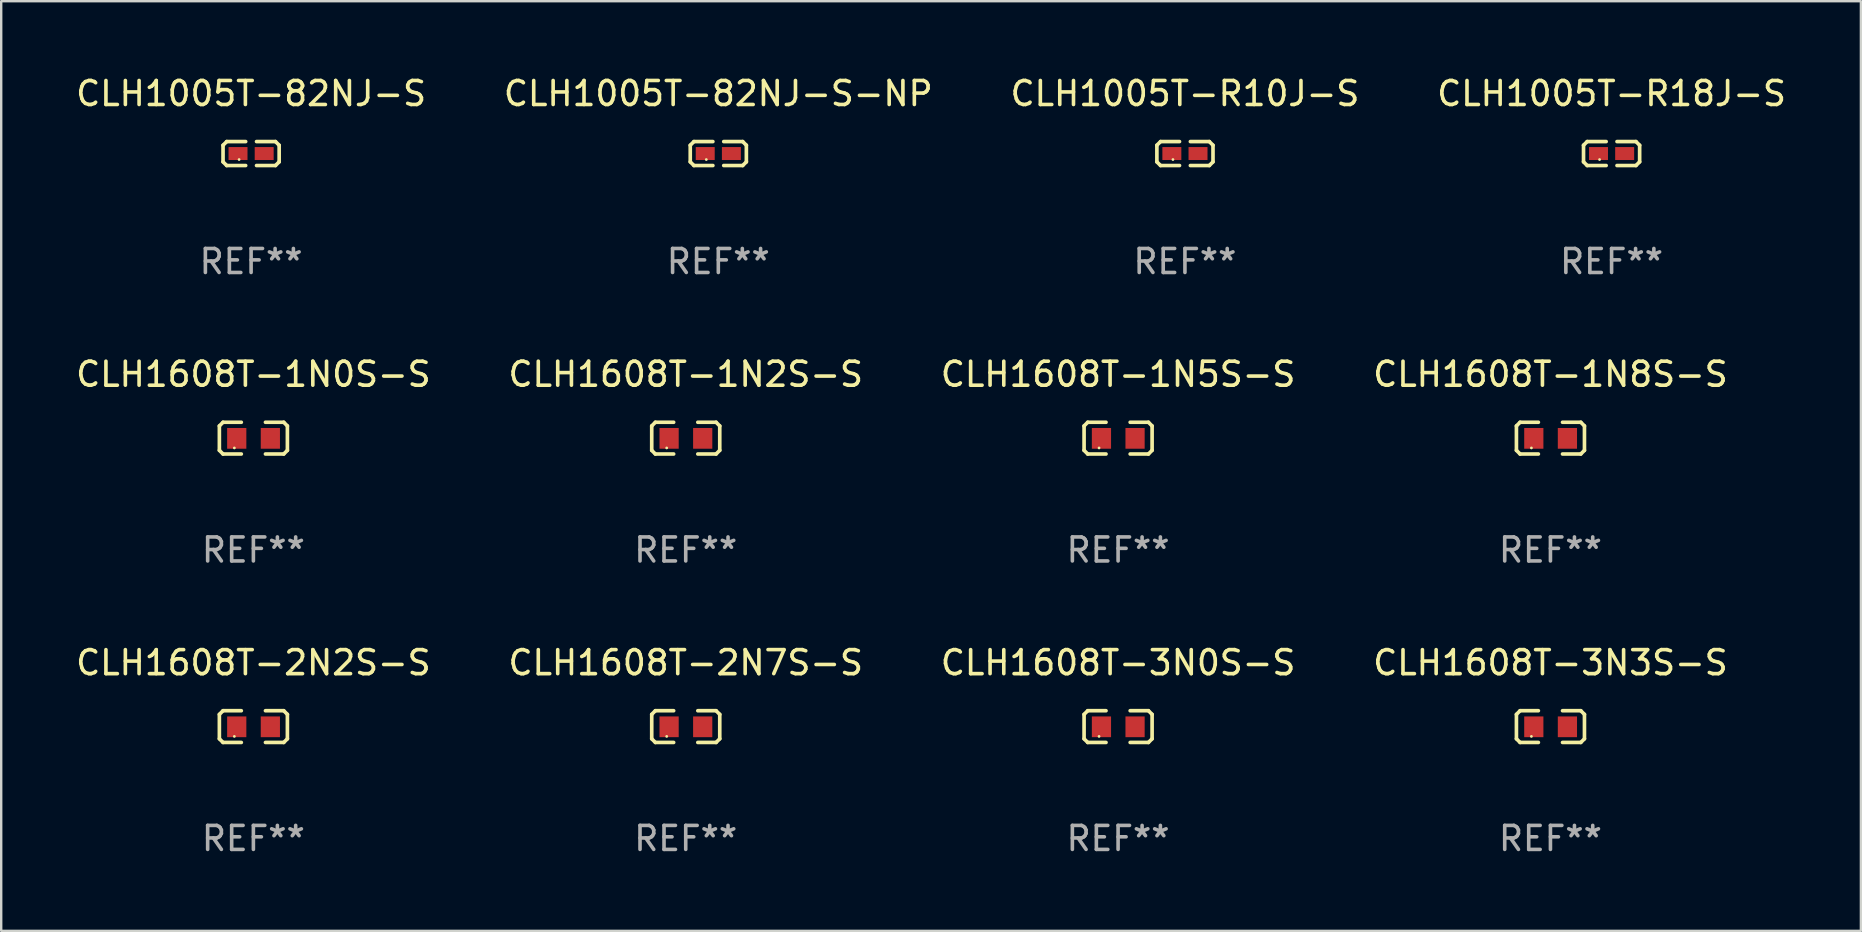
<source format=kicad_pcb>
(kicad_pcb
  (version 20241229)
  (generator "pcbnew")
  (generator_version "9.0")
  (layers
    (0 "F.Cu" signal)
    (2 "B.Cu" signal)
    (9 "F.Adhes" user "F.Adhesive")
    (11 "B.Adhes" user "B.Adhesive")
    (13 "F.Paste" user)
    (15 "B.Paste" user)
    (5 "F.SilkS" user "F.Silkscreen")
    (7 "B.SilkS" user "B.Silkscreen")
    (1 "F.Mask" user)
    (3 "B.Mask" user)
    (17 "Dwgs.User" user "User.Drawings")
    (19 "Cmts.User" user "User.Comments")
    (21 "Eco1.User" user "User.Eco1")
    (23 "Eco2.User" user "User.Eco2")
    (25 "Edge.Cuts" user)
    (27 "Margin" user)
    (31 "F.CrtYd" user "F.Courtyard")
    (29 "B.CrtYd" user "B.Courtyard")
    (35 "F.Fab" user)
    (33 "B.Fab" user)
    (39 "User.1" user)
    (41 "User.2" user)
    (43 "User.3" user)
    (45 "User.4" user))
  (footprint "CLH1608T-2N7S-S"
    (layer "F.Cu")
    (at 25.518 27.22)
    (property "Reference" "CLH1608T-2N7S-S" (at 0 -2.661 0) (layer "F.SilkS") (effects (font (size 1 1) (thickness 0.15))))
    (attr through_hole)
    (fp_line (start -1.417 -0.508) (end -1.265 -0.661) (stroke (width 0.152) (type solid)) (layer "F.SilkS"))
    (fp_line (start -1.417 0.508) (end -1.417 -0.508) (stroke (width 0.152) (type solid)) (layer "F.SilkS"))
    (fp_line (start -1.265 -0.661) (end -0.503 -0.661) (stroke (width 0.152) (type solid)) (layer "F.SilkS"))
    (fp_line (start -1.265 0.661) (end -1.417 0.508) (stroke (width 0.152) (type solid)) (layer "F.SilkS"))
    (fp_line (start -1.265 0.661) (end -0.503 0.661) (stroke (width 0.152) (type solid)) (layer "F.SilkS"))
    (fp_line (start 1.265 -0.661) (end 0.503 -0.661) (stroke (width 0.152) (type solid)) (layer "F.SilkS"))
    (fp_line (start 1.265 -0.661) (end 1.417 -0.508) (stroke (width 0.152) (type solid)) (layer "F.SilkS"))
    (fp_line (start 1.265 0.661) (end 0.503 0.661) (stroke (width 0.152) (type solid)) (layer "F.SilkS"))
    (fp_line (start 1.417 -0.508) (end 1.417 0.508) (stroke (width 0.152) (type solid)) (layer "F.SilkS"))
    (fp_line (start 1.417 0.508) (end 1.265 0.661) (stroke (width 0.152) (type solid)) (layer "F.SilkS"))
    (fp_circle (center -0.793 0.409) (end -0.763 0.409) (stroke (width 0.06) (type solid)) (fill no) (layer "F.SilkS"))
    (fp_text user "REF**" (at 0 4.661 0) (layer "F.Fab") (effects (font (size 1 1) (thickness 0.15))))
    (pad "1" smd rect (at -0.693 0.009 180) (size 0.8 0.864) (layers "F.Cu" "F.Mask" "F.Paste"))
    (pad "2" smd rect (at 0.707 0.009 180) (size 0.8 0.864) (layers "F.Cu" "F.Mask" "F.Paste")))
  (footprint "CLH1608T-3N3S-S"
    (layer "F.Cu")
    (at 61.542 27.22)
    (property "Reference" "CLH1608T-3N3S-S" (at 0 -2.661 0) (layer "F.SilkS") (effects (font (size 1 1) (thickness 0.15))))
    (attr through_hole)
    (fp_line (start -1.417 -0.508) (end -1.265 -0.661) (stroke (width 0.152) (type solid)) (layer "F.SilkS"))
    (fp_line (start -1.417 0.508) (end -1.417 -0.508) (stroke (width 0.152) (type solid)) (layer "F.SilkS"))
    (fp_line (start -1.265 -0.661) (end -0.503 -0.661) (stroke (width 0.152) (type solid)) (layer "F.SilkS"))
    (fp_line (start -1.265 0.661) (end -1.417 0.508) (stroke (width 0.152) (type solid)) (layer "F.SilkS"))
    (fp_line (start -1.265 0.661) (end -0.503 0.661) (stroke (width 0.152) (type solid)) (layer "F.SilkS"))
    (fp_line (start 1.265 -0.661) (end 0.503 -0.661) (stroke (width 0.152) (type solid)) (layer "F.SilkS"))
    (fp_line (start 1.265 -0.661) (end 1.417 -0.508) (stroke (width 0.152) (type solid)) (layer "F.SilkS"))
    (fp_line (start 1.265 0.661) (end 0.503 0.661) (stroke (width 0.152) (type solid)) (layer "F.SilkS"))
    (fp_line (start 1.417 -0.508) (end 1.417 0.508) (stroke (width 0.152) (type solid)) (layer "F.SilkS"))
    (fp_line (start 1.417 0.508) (end 1.265 0.661) (stroke (width 0.152) (type solid)) (layer "F.SilkS"))
    (fp_circle (center -0.793 0.409) (end -0.763 0.409) (stroke (width 0.06) (type solid)) (fill no) (layer "F.SilkS"))
    (fp_text user "REF**" (at 0 4.661 0) (layer "F.Fab") (effects (font (size 1 1) (thickness 0.15))))
    (pad "1" smd rect (at -0.693 0.009 180) (size 0.8 0.864) (layers "F.Cu" "F.Mask" "F.Paste"))
    (pad "2" smd rect (at 0.707 0.009 180) (size 0.8 0.864) (layers "F.Cu" "F.Mask" "F.Paste")))
  (footprint "CLH1005T-82NJ-S-NP"
    (layer "F.Cu")
    (at 26.875 3.347)
    (property "Reference" "CLH1005T-82NJ-S-NP" (at 0 -2.499 0) (layer "F.SilkS") (effects (font (size 1 1) (thickness 0.15))))
    (attr through_hole)
    (fp_line (start -1.169 -0.346) (end -1.016 -0.499) (stroke (width 0.152) (type solid)) (layer "F.SilkS"))
    (fp_line (start -1.169 0.346) (end -1.169 -0.346) (stroke (width 0.152) (type solid)) (layer "F.SilkS"))
    (fp_line (start -1.016 -0.499) (end -0.226 -0.499) (stroke (width 0.152) (type solid)) (layer "F.SilkS"))
    (fp_line (start -1.016 0.499) (end -1.169 0.346) (stroke (width 0.152) (type solid)) (layer "F.SilkS"))
    (fp_line (start -0.226 0.499) (end -1.016 0.499) (stroke (width 0.152) (type solid)) (layer "F.SilkS"))
    (fp_line (start 0.226 0.499) (end 1.016 0.499) (stroke (width 0.152) (type solid)) (layer "F.SilkS"))
    (fp_line (start 1.016 -0.499) (end 0.226 -0.499) (stroke (width 0.152) (type solid)) (layer "F.SilkS"))
    (fp_line (start 1.016 0.499) (end 1.169 0.346) (stroke (width 0.152) (type solid)) (layer "F.SilkS"))
    (fp_line (start 1.169 -0.346) (end 1.016 -0.499) (stroke (width 0.152) (type solid)) (layer "F.SilkS"))
    (fp_line (start 1.169 0.346) (end 1.169 -0.346) (stroke (width 0.152) (type solid)) (layer "F.SilkS"))
    (fp_circle (center -0.5 0.25) (end -0.47 0.25) (stroke (width 0.06) (type solid)) (fill no) (layer "F.SilkS"))
    (fp_text user "REF**" (at 0 4.499 0) (layer "F.Fab") (effects (font (size 1 1) (thickness 0.15))))
    (pad "1" smd rect (at -0.545 0) (size 0.79 0.54) (layers "F.Cu" "F.Mask" "F.Paste"))
    (pad "2" smd rect (at 0.545 0) (size 0.79 0.54) (layers "F.Cu" "F.Mask" "F.Paste")))
  (footprint "CLH1608T-1N0S-S"
    (layer "F.Cu")
    (at 7.506 15.203)
    (property "Reference" "CLH1608T-1N0S-S" (at 0 -2.661 0) (layer "F.SilkS") (effects (font (size 1 1) (thickness 0.15))))
    (attr through_hole)
    (fp_line (start -1.417 -0.508) (end -1.265 -0.661) (stroke (width 0.152) (type solid)) (layer "F.SilkS"))
    (fp_line (start -1.417 0.508) (end -1.417 -0.508) (stroke (width 0.152) (type solid)) (layer "F.SilkS"))
    (fp_line (start -1.265 -0.661) (end -0.503 -0.661) (stroke (width 0.152) (type solid)) (layer "F.SilkS"))
    (fp_line (start -1.265 0.661) (end -1.417 0.508) (stroke (width 0.152) (type solid)) (layer "F.SilkS"))
    (fp_line (start -1.265 0.661) (end -0.503 0.661) (stroke (width 0.152) (type solid)) (layer "F.SilkS"))
    (fp_line (start 1.265 -0.661) (end 0.503 -0.661) (stroke (width 0.152) (type solid)) (layer "F.SilkS"))
    (fp_line (start 1.265 -0.661) (end 1.417 -0.508) (stroke (width 0.152) (type solid)) (layer "F.SilkS"))
    (fp_line (start 1.265 0.661) (end 0.503 0.661) (stroke (width 0.152) (type solid)) (layer "F.SilkS"))
    (fp_line (start 1.417 -0.508) (end 1.417 0.508) (stroke (width 0.152) (type solid)) (layer "F.SilkS"))
    (fp_line (start 1.417 0.508) (end 1.265 0.661) (stroke (width 0.152) (type solid)) (layer "F.SilkS"))
    (fp_circle (center -0.793 0.409) (end -0.763 0.409) (stroke (width 0.06) (type solid)) (fill no) (layer "F.SilkS"))
    (fp_text user "REF**" (at 0 4.661 0) (layer "F.Fab") (effects (font (size 1 1) (thickness 0.15))))
    (pad "1" smd rect (at -0.693 0.009 180) (size 0.8 0.864) (layers "F.Cu" "F.Mask" "F.Paste"))
    (pad "2" smd rect (at 0.707 0.009 180) (size 0.8 0.864) (layers "F.Cu" "F.Mask" "F.Paste")))
  (footprint "CLH1608T-1N2S-S"
    (layer "F.Cu")
    (at 25.518 15.203)
    (property "Reference" "CLH1608T-1N2S-S" (at 0 -2.661 0) (layer "F.SilkS") (effects (font (size 1 1) (thickness 0.15))))
    (attr through_hole)
    (fp_line (start -1.417 -0.508) (end -1.265 -0.661) (stroke (width 0.152) (type solid)) (layer "F.SilkS"))
    (fp_line (start -1.417 0.508) (end -1.417 -0.508) (stroke (width 0.152) (type solid)) (layer "F.SilkS"))
    (fp_line (start -1.265 -0.661) (end -0.503 -0.661) (stroke (width 0.152) (type solid)) (layer "F.SilkS"))
    (fp_line (start -1.265 0.661) (end -1.417 0.508) (stroke (width 0.152) (type solid)) (layer "F.SilkS"))
    (fp_line (start -1.265 0.661) (end -0.503 0.661) (stroke (width 0.152) (type solid)) (layer "F.SilkS"))
    (fp_line (start 1.265 -0.661) (end 0.503 -0.661) (stroke (width 0.152) (type solid)) (layer "F.SilkS"))
    (fp_line (start 1.265 -0.661) (end 1.417 -0.508) (stroke (width 0.152) (type solid)) (layer "F.SilkS"))
    (fp_line (start 1.265 0.661) (end 0.503 0.661) (stroke (width 0.152) (type solid)) (layer "F.SilkS"))
    (fp_line (start 1.417 -0.508) (end 1.417 0.508) (stroke (width 0.152) (type solid)) (layer "F.SilkS"))
    (fp_line (start 1.417 0.508) (end 1.265 0.661) (stroke (width 0.152) (type solid)) (layer "F.SilkS"))
    (fp_circle (center -0.793 0.409) (end -0.763 0.409) (stroke (width 0.06) (type solid)) (fill no) (layer "F.SilkS"))
    (fp_text user "REF**" (at 0 4.661 0) (layer "F.Fab") (effects (font (size 1 1) (thickness 0.15))))
    (pad "1" smd rect (at -0.693 0.009 180) (size 0.8 0.864) (layers "F.Cu" "F.Mask" "F.Paste"))
    (pad "2" smd rect (at 0.707 0.009 180) (size 0.8 0.864) (layers "F.Cu" "F.Mask" "F.Paste")))
  (footprint "CLH1005T-82NJ-S"
    (layer "F.Cu")
    (at 7.411 3.347)
    (property "Reference" "CLH1005T-82NJ-S" (at 0 -2.499 0) (layer "F.SilkS") (effects (font (size 1 1) (thickness 0.15))))
    (attr through_hole)
    (fp_line (start -1.169 -0.346) (end -1.016 -0.499) (stroke (width 0.152) (type solid)) (layer "F.SilkS"))
    (fp_line (start -1.169 0.346) (end -1.169 -0.346) (stroke (width 0.152) (type solid)) (layer "F.SilkS"))
    (fp_line (start -1.016 -0.499) (end -0.226 -0.499) (stroke (width 0.152) (type solid)) (layer "F.SilkS"))
    (fp_line (start -1.016 0.499) (end -1.169 0.346) (stroke (width 0.152) (type solid)) (layer "F.SilkS"))
    (fp_line (start -0.226 0.499) (end -1.016 0.499) (stroke (width 0.152) (type solid)) (layer "F.SilkS"))
    (fp_line (start 0.226 0.499) (end 1.016 0.499) (stroke (width 0.152) (type solid)) (layer "F.SilkS"))
    (fp_line (start 1.016 -0.499) (end 0.226 -0.499) (stroke (width 0.152) (type solid)) (layer "F.SilkS"))
    (fp_line (start 1.016 0.499) (end 1.169 0.346) (stroke (width 0.152) (type solid)) (layer "F.SilkS"))
    (fp_line (start 1.169 -0.346) (end 1.016 -0.499) (stroke (width 0.152) (type solid)) (layer "F.SilkS"))
    (fp_line (start 1.169 0.346) (end 1.169 -0.346) (stroke (width 0.152) (type solid)) (layer "F.SilkS"))
    (fp_circle (center -0.5 0.25) (end -0.47 0.25) (stroke (width 0.06) (type solid)) (fill no) (layer "F.SilkS"))
    (fp_text user "REF**" (at 0 4.499 0) (layer "F.Fab") (effects (font (size 1 1) (thickness 0.15))))
    (pad "1" smd rect (at -0.545 0) (size 0.79 0.54) (layers "F.Cu" "F.Mask" "F.Paste"))
    (pad "2" smd rect (at 0.545 0) (size 0.79 0.54) (layers "F.Cu" "F.Mask" "F.Paste")))
  (footprint "CLH1608T-2N2S-S"
    (layer "F.Cu")
    (at 7.506 27.22)
    (property "Reference" "CLH1608T-2N2S-S" (at 0 -2.661 0) (layer "F.SilkS") (effects (font (size 1 1) (thickness 0.15))))
    (attr through_hole)
    (fp_line (start -1.417 -0.508) (end -1.265 -0.661) (stroke (width 0.152) (type solid)) (layer "F.SilkS"))
    (fp_line (start -1.417 0.508) (end -1.417 -0.508) (stroke (width 0.152) (type solid)) (layer "F.SilkS"))
    (fp_line (start -1.265 -0.661) (end -0.503 -0.661) (stroke (width 0.152) (type solid)) (layer "F.SilkS"))
    (fp_line (start -1.265 0.661) (end -1.417 0.508) (stroke (width 0.152) (type solid)) (layer "F.SilkS"))
    (fp_line (start -1.265 0.661) (end -0.503 0.661) (stroke (width 0.152) (type solid)) (layer "F.SilkS"))
    (fp_line (start 1.265 -0.661) (end 0.503 -0.661) (stroke (width 0.152) (type solid)) (layer "F.SilkS"))
    (fp_line (start 1.265 -0.661) (end 1.417 -0.508) (stroke (width 0.152) (type solid)) (layer "F.SilkS"))
    (fp_line (start 1.265 0.661) (end 0.503 0.661) (stroke (width 0.152) (type solid)) (layer "F.SilkS"))
    (fp_line (start 1.417 -0.508) (end 1.417 0.508) (stroke (width 0.152) (type solid)) (layer "F.SilkS"))
    (fp_line (start 1.417 0.508) (end 1.265 0.661) (stroke (width 0.152) (type solid)) (layer "F.SilkS"))
    (fp_circle (center -0.793 0.409) (end -0.763 0.409) (stroke (width 0.06) (type solid)) (fill no) (layer "F.SilkS"))
    (fp_text user "REF**" (at 0 4.661 0) (layer "F.Fab") (effects (font (size 1 1) (thickness 0.15))))
    (pad "1" smd rect (at -0.693 0.009 180) (size 0.8 0.864) (layers "F.Cu" "F.Mask" "F.Paste"))
    (pad "2" smd rect (at 0.707 0.009 180) (size 0.8 0.864) (layers "F.Cu" "F.Mask" "F.Paste")))
  (footprint "CLH1005T-R10J-S"
    (layer "F.Cu")
    (at 46.315 3.347)
    (property "Reference" "CLH1005T-R10J-S" (at 0 -2.499 0) (layer "F.SilkS") (effects (font (size 1 1) (thickness 0.15))))
    (attr through_hole)
    (fp_line (start -1.169 -0.346) (end -1.016 -0.499) (stroke (width 0.152) (type solid)) (layer "F.SilkS"))
    (fp_line (start -1.169 0.346) (end -1.169 -0.346) (stroke (width 0.152) (type solid)) (layer "F.SilkS"))
    (fp_line (start -1.016 -0.499) (end -0.226 -0.499) (stroke (width 0.152) (type solid)) (layer "F.SilkS"))
    (fp_line (start -1.016 0.499) (end -1.169 0.346) (stroke (width 0.152) (type solid)) (layer "F.SilkS"))
    (fp_line (start -0.226 0.499) (end -1.016 0.499) (stroke (width 0.152) (type solid)) (layer "F.SilkS"))
    (fp_line (start 0.226 0.499) (end 1.016 0.499) (stroke (width 0.152) (type solid)) (layer "F.SilkS"))
    (fp_line (start 1.016 -0.499) (end 0.226 -0.499) (stroke (width 0.152) (type solid)) (layer "F.SilkS"))
    (fp_line (start 1.016 0.499) (end 1.169 0.346) (stroke (width 0.152) (type solid)) (layer "F.SilkS"))
    (fp_line (start 1.169 -0.346) (end 1.016 -0.499) (stroke (width 0.152) (type solid)) (layer "F.SilkS"))
    (fp_line (start 1.169 0.346) (end 1.169 -0.346) (stroke (width 0.152) (type solid)) (layer "F.SilkS"))
    (fp_circle (center -0.5 0.25) (end -0.47 0.25) (stroke (width 0.06) (type solid)) (fill no) (layer "F.SilkS"))
    (fp_text user "REF**" (at 0 4.499 0) (layer "F.Fab") (effects (font (size 1 1) (thickness 0.15))))
    (pad "1" smd rect (at -0.545 0) (size 0.79 0.54) (layers "F.Cu" "F.Mask" "F.Paste"))
    (pad "2" smd rect (at 0.545 0) (size 0.79 0.54) (layers "F.Cu" "F.Mask" "F.Paste")))
  (footprint "CLH1608T-3N0S-S"
    (layer "F.Cu")
    (at 43.53 27.22)
    (property "Reference" "CLH1608T-3N0S-S" (at 0 -2.661 0) (layer "F.SilkS") (effects (font (size 1 1) (thickness 0.15))))
    (attr through_hole)
    (fp_line (start -1.417 -0.508) (end -1.265 -0.661) (stroke (width 0.152) (type solid)) (layer "F.SilkS"))
    (fp_line (start -1.417 0.508) (end -1.417 -0.508) (stroke (width 0.152) (type solid)) (layer "F.SilkS"))
    (fp_line (start -1.265 -0.661) (end -0.503 -0.661) (stroke (width 0.152) (type solid)) (layer "F.SilkS"))
    (fp_line (start -1.265 0.661) (end -1.417 0.508) (stroke (width 0.152) (type solid)) (layer "F.SilkS"))
    (fp_line (start -1.265 0.661) (end -0.503 0.661) (stroke (width 0.152) (type solid)) (layer "F.SilkS"))
    (fp_line (start 1.265 -0.661) (end 0.503 -0.661) (stroke (width 0.152) (type solid)) (layer "F.SilkS"))
    (fp_line (start 1.265 -0.661) (end 1.417 -0.508) (stroke (width 0.152) (type solid)) (layer "F.SilkS"))
    (fp_line (start 1.265 0.661) (end 0.503 0.661) (stroke (width 0.152) (type solid)) (layer "F.SilkS"))
    (fp_line (start 1.417 -0.508) (end 1.417 0.508) (stroke (width 0.152) (type solid)) (layer "F.SilkS"))
    (fp_line (start 1.417 0.508) (end 1.265 0.661) (stroke (width 0.152) (type solid)) (layer "F.SilkS"))
    (fp_circle (center -0.793 0.409) (end -0.763 0.409) (stroke (width 0.06) (type solid)) (fill no) (layer "F.SilkS"))
    (fp_text user "REF**" (at 0 4.661 0) (layer "F.Fab") (effects (font (size 1 1) (thickness 0.15))))
    (pad "1" smd rect (at -0.693 0.009 180) (size 0.8 0.864) (layers "F.Cu" "F.Mask" "F.Paste"))
    (pad "2" smd rect (at 0.707 0.009 180) (size 0.8 0.864) (layers "F.Cu" "F.Mask" "F.Paste")))
  (footprint "CLH1608T-1N5S-S"
    (layer "F.Cu")
    (at 43.53 15.203)
    (property "Reference" "CLH1608T-1N5S-S" (at 0 -2.661 0) (layer "F.SilkS") (effects (font (size 1 1) (thickness 0.15))))
    (attr through_hole)
    (fp_line (start -1.417 -0.508) (end -1.265 -0.661) (stroke (width 0.152) (type solid)) (layer "F.SilkS"))
    (fp_line (start -1.417 0.508) (end -1.417 -0.508) (stroke (width 0.152) (type solid)) (layer "F.SilkS"))
    (fp_line (start -1.265 -0.661) (end -0.503 -0.661) (stroke (width 0.152) (type solid)) (layer "F.SilkS"))
    (fp_line (start -1.265 0.661) (end -1.417 0.508) (stroke (width 0.152) (type solid)) (layer "F.SilkS"))
    (fp_line (start -1.265 0.661) (end -0.503 0.661) (stroke (width 0.152) (type solid)) (layer "F.SilkS"))
    (fp_line (start 1.265 -0.661) (end 0.503 -0.661) (stroke (width 0.152) (type solid)) (layer "F.SilkS"))
    (fp_line (start 1.265 -0.661) (end 1.417 -0.508) (stroke (width 0.152) (type solid)) (layer "F.SilkS"))
    (fp_line (start 1.265 0.661) (end 0.503 0.661) (stroke (width 0.152) (type solid)) (layer "F.SilkS"))
    (fp_line (start 1.417 -0.508) (end 1.417 0.508) (stroke (width 0.152) (type solid)) (layer "F.SilkS"))
    (fp_line (start 1.417 0.508) (end 1.265 0.661) (stroke (width 0.152) (type solid)) (layer "F.SilkS"))
    (fp_circle (center -0.793 0.409) (end -0.763 0.409) (stroke (width 0.06) (type solid)) (fill no) (layer "F.SilkS"))
    (fp_text user "REF**" (at 0 4.661 0) (layer "F.Fab") (effects (font (size 1 1) (thickness 0.15))))
    (pad "1" smd rect (at -0.693 0.009 180) (size 0.8 0.864) (layers "F.Cu" "F.Mask" "F.Paste"))
    (pad "2" smd rect (at 0.707 0.009 180) (size 0.8 0.864) (layers "F.Cu" "F.Mask" "F.Paste")))
  (footprint "CLH1608T-1N8S-S"
    (layer "F.Cu")
    (at 61.542 15.203)
    (property "Reference" "CLH1608T-1N8S-S" (at 0 -2.661 0) (layer "F.SilkS") (effects (font (size 1 1) (thickness 0.15))))
    (attr through_hole)
    (fp_line (start -1.417 -0.508) (end -1.265 -0.661) (stroke (width 0.152) (type solid)) (layer "F.SilkS"))
    (fp_line (start -1.417 0.508) (end -1.417 -0.508) (stroke (width 0.152) (type solid)) (layer "F.SilkS"))
    (fp_line (start -1.265 -0.661) (end -0.503 -0.661) (stroke (width 0.152) (type solid)) (layer "F.SilkS"))
    (fp_line (start -1.265 0.661) (end -1.417 0.508) (stroke (width 0.152) (type solid)) (layer "F.SilkS"))
    (fp_line (start -1.265 0.661) (end -0.503 0.661) (stroke (width 0.152) (type solid)) (layer "F.SilkS"))
    (fp_line (start 1.265 -0.661) (end 0.503 -0.661) (stroke (width 0.152) (type solid)) (layer "F.SilkS"))
    (fp_line (start 1.265 -0.661) (end 1.417 -0.508) (stroke (width 0.152) (type solid)) (layer "F.SilkS"))
    (fp_line (start 1.265 0.661) (end 0.503 0.661) (stroke (width 0.152) (type solid)) (layer "F.SilkS"))
    (fp_line (start 1.417 -0.508) (end 1.417 0.508) (stroke (width 0.152) (type solid)) (layer "F.SilkS"))
    (fp_line (start 1.417 0.508) (end 1.265 0.661) (stroke (width 0.152) (type solid)) (layer "F.SilkS"))
    (fp_circle (center -0.793 0.409) (end -0.763 0.409) (stroke (width 0.06) (type solid)) (fill no) (layer "F.SilkS"))
    (fp_text user "REF**" (at 0 4.661 0) (layer "F.Fab") (effects (font (size 1 1) (thickness 0.15))))
    (pad "1" smd rect (at -0.693 0.009 180) (size 0.8 0.864) (layers "F.Cu" "F.Mask" "F.Paste"))
    (pad "2" smd rect (at 0.707 0.009 180) (size 0.8 0.864) (layers "F.Cu" "F.Mask" "F.Paste")))
  (footprint "CLH1005T-R18J-S"
    (layer "F.Cu")
    (at 64.089 3.347)
    (property "Reference" "CLH1005T-R18J-S" (at 0 -2.499 0) (layer "F.SilkS") (effects (font (size 1 1) (thickness 0.15))))
    (attr through_hole)
    (fp_line (start -1.169 -0.346) (end -1.016 -0.499) (stroke (width 0.152) (type solid)) (layer "F.SilkS"))
    (fp_line (start -1.169 0.346) (end -1.169 -0.346) (stroke (width 0.152) (type solid)) (layer "F.SilkS"))
    (fp_line (start -1.016 -0.499) (end -0.226 -0.499) (stroke (width 0.152) (type solid)) (layer "F.SilkS"))
    (fp_line (start -1.016 0.499) (end -1.169 0.346) (stroke (width 0.152) (type solid)) (layer "F.SilkS"))
    (fp_line (start -0.226 0.499) (end -1.016 0.499) (stroke (width 0.152) (type solid)) (layer "F.SilkS"))
    (fp_line (start 0.226 0.499) (end 1.016 0.499) (stroke (width 0.152) (type solid)) (layer "F.SilkS"))
    (fp_line (start 1.016 -0.499) (end 0.226 -0.499) (stroke (width 0.152) (type solid)) (layer "F.SilkS"))
    (fp_line (start 1.016 0.499) (end 1.169 0.346) (stroke (width 0.152) (type solid)) (layer "F.SilkS"))
    (fp_line (start 1.169 -0.346) (end 1.016 -0.499) (stroke (width 0.152) (type solid)) (layer "F.SilkS"))
    (fp_line (start 1.169 0.346) (end 1.169 -0.346) (stroke (width 0.152) (type solid)) (layer "F.SilkS"))
    (fp_circle (center -0.5 0.25) (end -0.47 0.25) (stroke (width 0.06) (type solid)) (fill no) (layer "F.SilkS"))
    (fp_text user "REF**" (at 0 4.499 0) (layer "F.Fab") (effects (font (size 1 1) (thickness 0.15))))
    (pad "1" smd rect (at -0.545 0) (size 0.79 0.54) (layers "F.Cu" "F.Mask" "F.Paste"))
    (pad "2" smd rect (at 0.545 0) (size 0.79 0.54) (layers "F.Cu" "F.Mask" "F.Paste")))
  (gr_rect
    (start -3 -3)
    (end 74.476 35.729)
    (stroke (width 0.1) (type default))
    (fill no)
    (layer "Edge.Cuts")))
</source>
